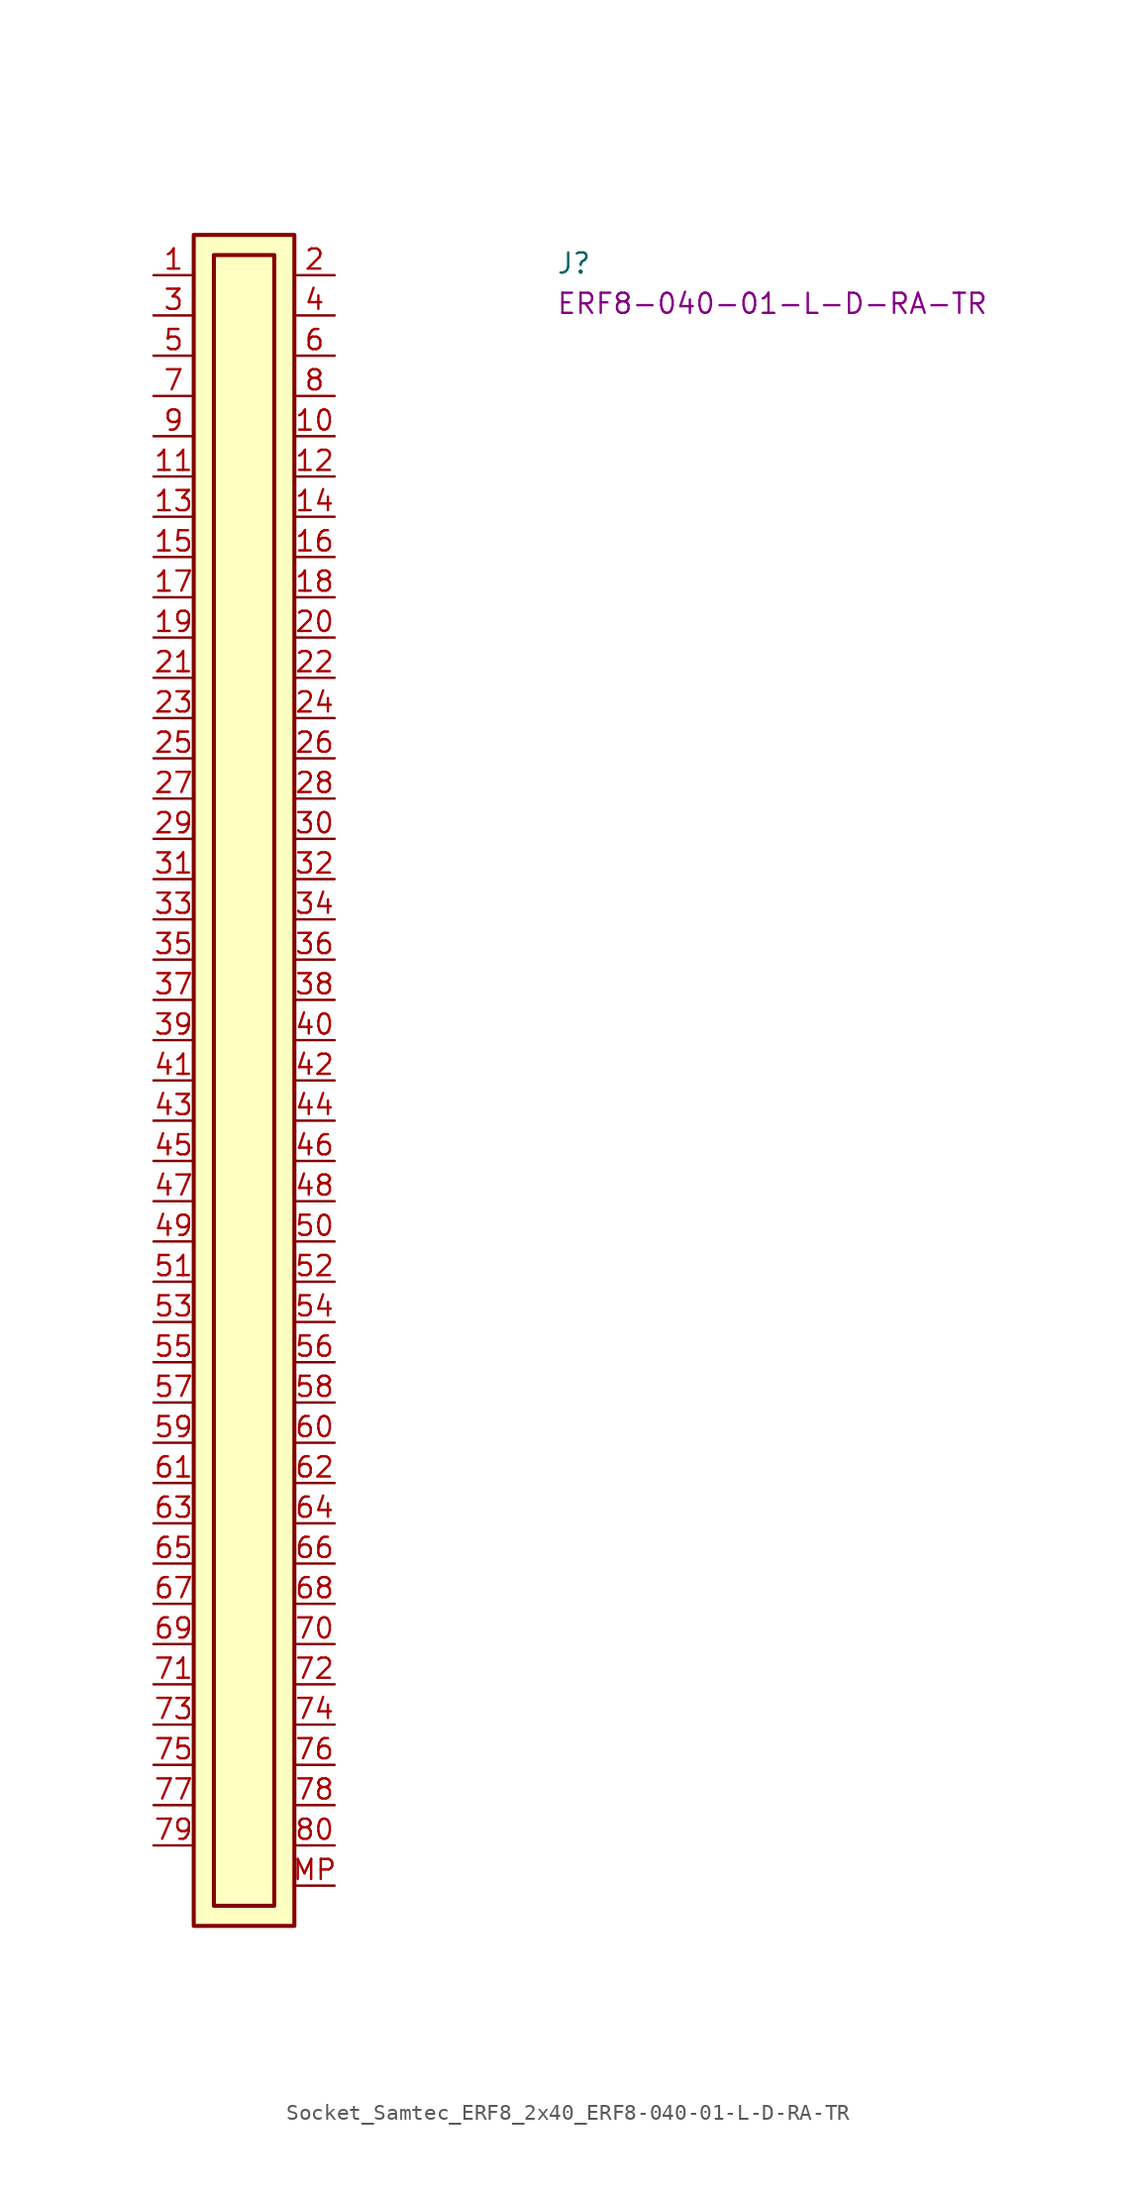
<source format=kicad_sym>
(kicad_symbol_lib
  (version 20220914)
  (generator kicad_symbol_editor)
  (symbol "Socket_Samtec_ERF8_2x40_ERF8-040-01-L-D-RA-TR"
    (pin_names hide)
    (property "Reference" "J"
      (at 25.4 0 0)
      (effects (font (size 1.27 1.27) (thickness 0.15)) (justify left bottom)))
    (property "MPN" "ERF8-040-01-L-D-RA-TR"
      (at 25.4 -2.54 0)
      (effects (font (size 1.27 1.27) (thickness 0.15)) (justify left bottom)))
    (symbol "Socket_Samtec_ERF8_2x40_ERF8-040-01-L-D-RA-TR_1_1"
      (rectangle (start 2.54 2.54) (end 8.89 -104.14) (stroke (width 0.254) (type default)) (fill (type background)))
      (rectangle (start 3.81 1.27) (end 7.62 -102.87) (stroke (width 0.254) (type default)) (fill (type background)))
      (pin passive line (at 0 0 0) (length 2.54) (name "~" (effects (font (size 1.27 1.27)))) (number "1" (effects (font (size 1.27 1.27)))))
      (pin passive line (at 11.43 -10.16 180) (length 2.54) (name "~" (effects (font (size 1.27 1.27)))) (number "10" (effects (font (size 1.27 1.27)))))
      (pin passive line (at 0 -12.7 0) (length 2.54) (name "~" (effects (font (size 1.27 1.27)))) (number "11" (effects (font (size 1.27 1.27)))))
      (pin passive line (at 11.43 -12.7 180) (length 2.54) (name "~" (effects (font (size 1.27 1.27)))) (number "12" (effects (font (size 1.27 1.27)))))
      (pin passive line (at 0 -15.24 0) (length 2.54) (name "~" (effects (font (size 1.27 1.27)))) (number "13" (effects (font (size 1.27 1.27)))))
      (pin passive line (at 11.43 -15.24 180) (length 2.54) (name "~" (effects (font (size 1.27 1.27)))) (number "14" (effects (font (size 1.27 1.27)))))
      (pin passive line (at 0 -17.78 0) (length 2.54) (name "~" (effects (font (size 1.27 1.27)))) (number "15" (effects (font (size 1.27 1.27)))))
      (pin passive line (at 11.43 -17.78 180) (length 2.54) (name "~" (effects (font (size 1.27 1.27)))) (number "16" (effects (font (size 1.27 1.27)))))
      (pin passive line (at 0 -20.32 0) (length 2.54) (name "~" (effects (font (size 1.27 1.27)))) (number "17" (effects (font (size 1.27 1.27)))))
      (pin passive line (at 11.43 -20.32 180) (length 2.54) (name "~" (effects (font (size 1.27 1.27)))) (number "18" (effects (font (size 1.27 1.27)))))
      (pin passive line (at 0 -22.86 0) (length 2.54) (name "~" (effects (font (size 1.27 1.27)))) (number "19" (effects (font (size 1.27 1.27)))))
      (pin passive line (at 11.43 0 180) (length 2.54) (name "~" (effects (font (size 1.27 1.27)))) (number "2" (effects (font (size 1.27 1.27)))))
      (pin passive line (at 11.43 -22.86 180) (length 2.54) (name "~" (effects (font (size 1.27 1.27)))) (number "20" (effects (font (size 1.27 1.27)))))
      (pin passive line (at 0 -25.4 0) (length 2.54) (name "~" (effects (font (size 1.27 1.27)))) (number "21" (effects (font (size 1.27 1.27)))))
      (pin passive line (at 11.43 -25.4 180) (length 2.54) (name "~" (effects (font (size 1.27 1.27)))) (number "22" (effects (font (size 1.27 1.27)))))
      (pin passive line (at 0 -27.94 0) (length 2.54) (name "~" (effects (font (size 1.27 1.27)))) (number "23" (effects (font (size 1.27 1.27)))))
      (pin passive line (at 11.43 -27.94 180) (length 2.54) (name "~" (effects (font (size 1.27 1.27)))) (number "24" (effects (font (size 1.27 1.27)))))
      (pin passive line (at 0 -30.48 0) (length 2.54) (name "~" (effects (font (size 1.27 1.27)))) (number "25" (effects (font (size 1.27 1.27)))))
      (pin passive line (at 11.43 -30.48 180) (length 2.54) (name "~" (effects (font (size 1.27 1.27)))) (number "26" (effects (font (size 1.27 1.27)))))
      (pin passive line (at 0 -33.02 0) (length 2.54) (name "~" (effects (font (size 1.27 1.27)))) (number "27" (effects (font (size 1.27 1.27)))))
      (pin passive line (at 11.43 -33.02 180) (length 2.54) (name "~" (effects (font (size 1.27 1.27)))) (number "28" (effects (font (size 1.27 1.27)))))
      (pin passive line (at 0 -35.56 0) (length 2.54) (name "~" (effects (font (size 1.27 1.27)))) (number "29" (effects (font (size 1.27 1.27)))))
      (pin passive line (at 0 -2.54 0) (length 2.54) (name "~" (effects (font (size 1.27 1.27)))) (number "3" (effects (font (size 1.27 1.27)))))
      (pin passive line (at 11.43 -35.56 180) (length 2.54) (name "~" (effects (font (size 1.27 1.27)))) (number "30" (effects (font (size 1.27 1.27)))))
      (pin passive line (at 0 -38.1 0) (length 2.54) (name "~" (effects (font (size 1.27 1.27)))) (number "31" (effects (font (size 1.27 1.27)))))
      (pin passive line (at 11.43 -38.1 180) (length 2.54) (name "~" (effects (font (size 1.27 1.27)))) (number "32" (effects (font (size 1.27 1.27)))))
      (pin passive line (at 0 -40.64 0) (length 2.54) (name "~" (effects (font (size 1.27 1.27)))) (number "33" (effects (font (size 1.27 1.27)))))
      (pin passive line (at 11.43 -40.64 180) (length 2.54) (name "~" (effects (font (size 1.27 1.27)))) (number "34" (effects (font (size 1.27 1.27)))))
      (pin passive line (at 0 -43.18 0) (length 2.54) (name "~" (effects (font (size 1.27 1.27)))) (number "35" (effects (font (size 1.27 1.27)))))
      (pin passive line (at 11.43 -43.18 180) (length 2.54) (name "~" (effects (font (size 1.27 1.27)))) (number "36" (effects (font (size 1.27 1.27)))))
      (pin passive line (at 0 -45.72 0) (length 2.54) (name "~" (effects (font (size 1.27 1.27)))) (number "37" (effects (font (size 1.27 1.27)))))
      (pin passive line (at 11.43 -45.72 180) (length 2.54) (name "~" (effects (font (size 1.27 1.27)))) (number "38" (effects (font (size 1.27 1.27)))))
      (pin passive line (at 0 -48.26 0) (length 2.54) (name "~" (effects (font (size 1.27 1.27)))) (number "39" (effects (font (size 1.27 1.27)))))
      (pin passive line (at 11.43 -2.54 180) (length 2.54) (name "~" (effects (font (size 1.27 1.27)))) (number "4" (effects (font (size 1.27 1.27)))))
      (pin passive line (at 11.43 -48.26 180) (length 2.54) (name "~" (effects (font (size 1.27 1.27)))) (number "40" (effects (font (size 1.27 1.27)))))
      (pin passive line (at 0 -50.8 0) (length 2.54) (name "~" (effects (font (size 1.27 1.27)))) (number "41" (effects (font (size 1.27 1.27)))))
      (pin passive line (at 11.43 -50.8 180) (length 2.54) (name "~" (effects (font (size 1.27 1.27)))) (number "42" (effects (font (size 1.27 1.27)))))
      (pin passive line (at 0 -53.34 0) (length 2.54) (name "~" (effects (font (size 1.27 1.27)))) (number "43" (effects (font (size 1.27 1.27)))))
      (pin passive line (at 11.43 -53.34 180) (length 2.54) (name "~" (effects (font (size 1.27 1.27)))) (number "44" (effects (font (size 1.27 1.27)))))
      (pin passive line (at 0 -55.88 0) (length 2.54) (name "~" (effects (font (size 1.27 1.27)))) (number "45" (effects (font (size 1.27 1.27)))))
      (pin passive line (at 11.43 -55.88 180) (length 2.54) (name "~" (effects (font (size 1.27 1.27)))) (number "46" (effects (font (size 1.27 1.27)))))
      (pin passive line (at 0 -58.42 0) (length 2.54) (name "~" (effects (font (size 1.27 1.27)))) (number "47" (effects (font (size 1.27 1.27)))))
      (pin passive line (at 11.43 -58.42 180) (length 2.54) (name "~" (effects (font (size 1.27 1.27)))) (number "48" (effects (font (size 1.27 1.27)))))
      (pin passive line (at 0 -60.96 0) (length 2.54) (name "~" (effects (font (size 1.27 1.27)))) (number "49" (effects (font (size 1.27 1.27)))))
      (pin passive line (at 0 -5.08 0) (length 2.54) (name "~" (effects (font (size 1.27 1.27)))) (number "5" (effects (font (size 1.27 1.27)))))
      (pin passive line (at 11.43 -60.96 180) (length 2.54) (name "~" (effects (font (size 1.27 1.27)))) (number "50" (effects (font (size 1.27 1.27)))))
      (pin passive line (at 0 -63.5 0) (length 2.54) (name "~" (effects (font (size 1.27 1.27)))) (number "51" (effects (font (size 1.27 1.27)))))
      (pin passive line (at 11.43 -63.5 180) (length 2.54) (name "~" (effects (font (size 1.27 1.27)))) (number "52" (effects (font (size 1.27 1.27)))))
      (pin passive line (at 0 -66.04 0) (length 2.54) (name "~" (effects (font (size 1.27 1.27)))) (number "53" (effects (font (size 1.27 1.27)))))
      (pin passive line (at 11.43 -66.04 180) (length 2.54) (name "~" (effects (font (size 1.27 1.27)))) (number "54" (effects (font (size 1.27 1.27)))))
      (pin passive line (at 0 -68.58 0) (length 2.54) (name "~" (effects (font (size 1.27 1.27)))) (number "55" (effects (font (size 1.27 1.27)))))
      (pin passive line (at 11.43 -68.58 180) (length 2.54) (name "~" (effects (font (size 1.27 1.27)))) (number "56" (effects (font (size 1.27 1.27)))))
      (pin passive line (at 0 -71.12 0) (length 2.54) (name "~" (effects (font (size 1.27 1.27)))) (number "57" (effects (font (size 1.27 1.27)))))
      (pin passive line (at 11.43 -71.12 180) (length 2.54) (name "~" (effects (font (size 1.27 1.27)))) (number "58" (effects (font (size 1.27 1.27)))))
      (pin passive line (at 0 -73.66 0) (length 2.54) (name "~" (effects (font (size 1.27 1.27)))) (number "59" (effects (font (size 1.27 1.27)))))
      (pin passive line (at 11.43 -5.08 180) (length 2.54) (name "~" (effects (font (size 1.27 1.27)))) (number "6" (effects (font (size 1.27 1.27)))))
      (pin passive line (at 11.43 -73.66 180) (length 2.54) (name "~" (effects (font (size 1.27 1.27)))) (number "60" (effects (font (size 1.27 1.27)))))
      (pin passive line (at 0 -76.2 0) (length 2.54) (name "~" (effects (font (size 1.27 1.27)))) (number "61" (effects (font (size 1.27 1.27)))))
      (pin passive line (at 11.43 -76.2 180) (length 2.54) (name "~" (effects (font (size 1.27 1.27)))) (number "62" (effects (font (size 1.27 1.27)))))
      (pin passive line (at 0 -78.74 0) (length 2.54) (name "~" (effects (font (size 1.27 1.27)))) (number "63" (effects (font (size 1.27 1.27)))))
      (pin passive line (at 11.43 -78.74 180) (length 2.54) (name "~" (effects (font (size 1.27 1.27)))) (number "64" (effects (font (size 1.27 1.27)))))
      (pin passive line (at 0 -81.28 0) (length 2.54) (name "~" (effects (font (size 1.27 1.27)))) (number "65" (effects (font (size 1.27 1.27)))))
      (pin passive line (at 11.43 -81.28 180) (length 2.54) (name "~" (effects (font (size 1.27 1.27)))) (number "66" (effects (font (size 1.27 1.27)))))
      (pin passive line (at 0 -83.82 0) (length 2.54) (name "~" (effects (font (size 1.27 1.27)))) (number "67" (effects (font (size 1.27 1.27)))))
      (pin passive line (at 11.43 -83.82 180) (length 2.54) (name "~" (effects (font (size 1.27 1.27)))) (number "68" (effects (font (size 1.27 1.27)))))
      (pin passive line (at 0 -86.36 0) (length 2.54) (name "~" (effects (font (size 1.27 1.27)))) (number "69" (effects (font (size 1.27 1.27)))))
      (pin passive line (at 0 -7.62 0) (length 2.54) (name "~" (effects (font (size 1.27 1.27)))) (number "7" (effects (font (size 1.27 1.27)))))
      (pin passive line (at 11.43 -86.36 180) (length 2.54) (name "~" (effects (font (size 1.27 1.27)))) (number "70" (effects (font (size 1.27 1.27)))))
      (pin passive line (at 0 -88.9 0) (length 2.54) (name "~" (effects (font (size 1.27 1.27)))) (number "71" (effects (font (size 1.27 1.27)))))
      (pin passive line (at 11.43 -88.9 180) (length 2.54) (name "~" (effects (font (size 1.27 1.27)))) (number "72" (effects (font (size 1.27 1.27)))))
      (pin passive line (at 0 -91.44 0) (length 2.54) (name "~" (effects (font (size 1.27 1.27)))) (number "73" (effects (font (size 1.27 1.27)))))
      (pin passive line (at 11.43 -91.44 180) (length 2.54) (name "~" (effects (font (size 1.27 1.27)))) (number "74" (effects (font (size 1.27 1.27)))))
      (pin passive line (at 0 -93.98 0) (length 2.54) (name "~" (effects (font (size 1.27 1.27)))) (number "75" (effects (font (size 1.27 1.27)))))
      (pin passive line (at 11.43 -93.98 180) (length 2.54) (name "~" (effects (font (size 1.27 1.27)))) (number "76" (effects (font (size 1.27 1.27)))))
      (pin passive line (at 0 -96.52 0) (length 2.54) (name "~" (effects (font (size 1.27 1.27)))) (number "77" (effects (font (size 1.27 1.27)))))
      (pin passive line (at 11.43 -96.52 180) (length 2.54) (name "~" (effects (font (size 1.27 1.27)))) (number "78" (effects (font (size 1.27 1.27)))))
      (pin passive line (at 0 -99.06 0) (length 2.54) (name "~" (effects (font (size 1.27 1.27)))) (number "79" (effects (font (size 1.27 1.27)))))
      (pin passive line (at 11.43 -7.62 180) (length 2.54) (name "~" (effects (font (size 1.27 1.27)))) (number "8" (effects (font (size 1.27 1.27)))))
      (pin passive line (at 11.43 -99.06 180) (length 2.54) (name "~" (effects (font (size 1.27 1.27)))) (number "80" (effects (font (size 1.27 1.27)))))
      (pin passive line (at 0 -10.16 0) (length 2.54) (name "~" (effects (font (size 1.27 1.27)))) (number "9" (effects (font (size 1.27 1.27)))))
      (pin passive line (at 11.43 -101.6 180) (length 2.54) (name "~" (effects (font (size 1.27 1.27)))) (number "MP" (effects (font (size 1.27 1.27))))))))
</source>
